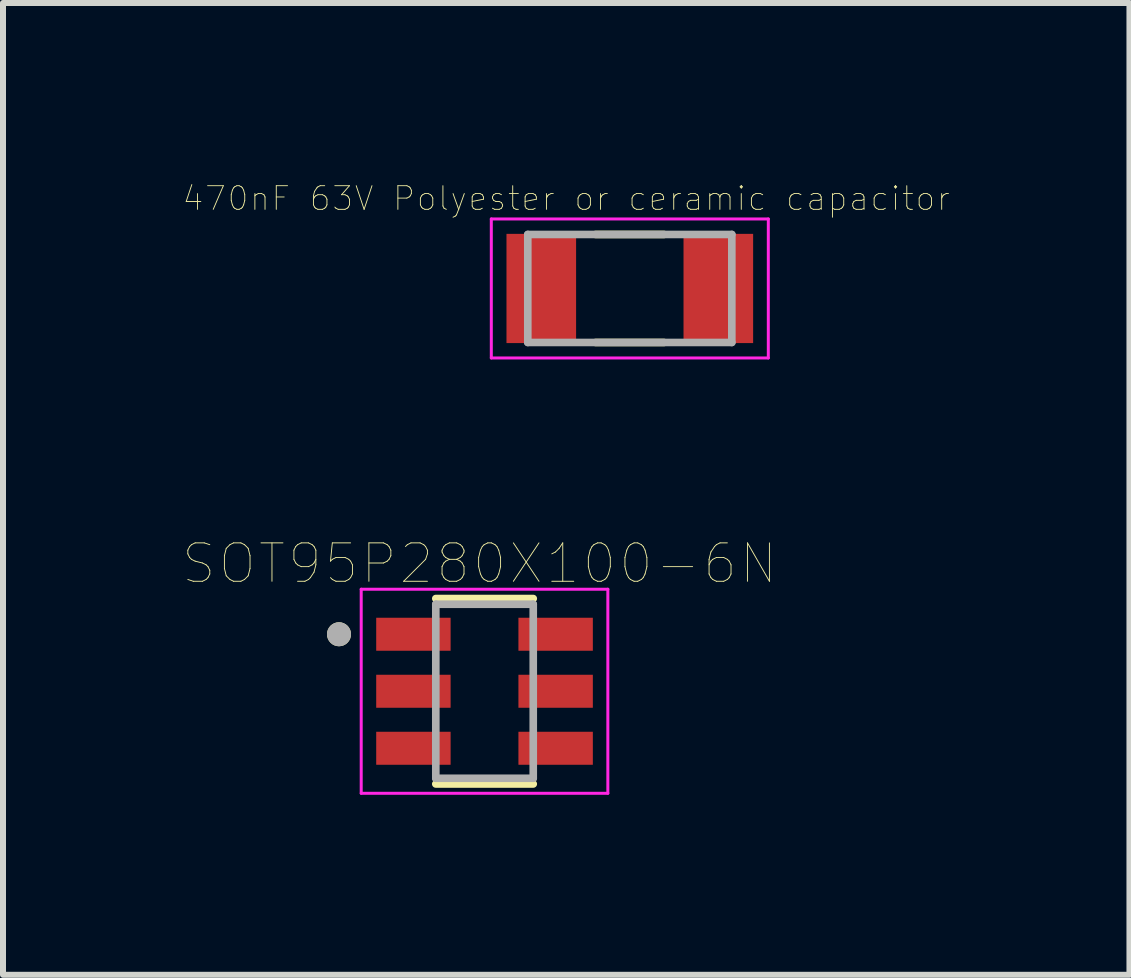
<source format=kicad_pcb>
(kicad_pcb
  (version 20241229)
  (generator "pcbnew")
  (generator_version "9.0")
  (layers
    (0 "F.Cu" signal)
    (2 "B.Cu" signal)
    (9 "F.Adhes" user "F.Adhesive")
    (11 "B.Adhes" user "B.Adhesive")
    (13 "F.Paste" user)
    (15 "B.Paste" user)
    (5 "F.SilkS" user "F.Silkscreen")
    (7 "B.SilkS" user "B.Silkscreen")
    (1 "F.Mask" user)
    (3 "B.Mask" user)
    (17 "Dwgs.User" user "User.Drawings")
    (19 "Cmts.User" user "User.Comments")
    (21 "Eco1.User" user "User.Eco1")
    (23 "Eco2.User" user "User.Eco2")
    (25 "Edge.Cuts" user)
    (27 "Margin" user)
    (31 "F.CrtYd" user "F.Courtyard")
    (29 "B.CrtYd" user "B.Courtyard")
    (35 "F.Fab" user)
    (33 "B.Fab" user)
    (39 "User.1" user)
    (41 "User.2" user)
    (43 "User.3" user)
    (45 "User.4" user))
  (footprint "470nF 63V Polyester or ceramic capacitor"
    (layer "F.Cu")
    (at 7.445 1.757)
    (property "Reference" "470nF 63V Polyester or ceramic capacitor" (at -1.06 -1.5 0) (layer "F.SilkS") (effects (font (size 0.394 0.394) (thickness 0.015))))
    (attr through_hole)
    (fp_line (start -0.57 -0.9) (end 0.57 -0.9) (stroke (width 0.127) (type solid)) (layer "F.SilkS"))
    (fp_line (start -0.57 0.9) (end 0.57 0.9) (stroke (width 0.127) (type solid)) (layer "F.SilkS"))
    (fp_line (start -2.308 -1.158) (end 2.308 -1.158) (stroke (width 0.05) (type solid)) (layer "F.CrtYd"))
    (fp_line (start -2.308 1.158) (end -2.308 -1.158) (stroke (width 0.05) (type solid)) (layer "F.CrtYd"))
    (fp_line (start -2.308 1.158) (end 2.308 1.158) (stroke (width 0.05) (type solid)) (layer "F.CrtYd"))
    (fp_line (start 2.308 1.158) (end 2.308 -1.158) (stroke (width 0.05) (type solid)) (layer "F.CrtYd"))
    (fp_line (start -1.7 0.9) (end -1.7 -0.9) (stroke (width 0.127) (type solid)) (layer "F.Fab"))
    (fp_line (start 1.7 -0.9) (end -1.7 -0.9) (stroke (width 0.127) (type solid)) (layer "F.Fab"))
    (fp_line (start 1.7 0.9) (end -1.7 0.9) (stroke (width 0.127) (type solid)) (layer "F.Fab"))
    (fp_line (start 1.7 0.9) (end 1.7 -0.9) (stroke (width 0.127) (type solid)) (layer "F.Fab"))
    (pad "1" smd rect (at -1.475 0) (size 1.16 1.82) (layers "F.Cu" "F.Mask" "F.Paste"))
    (pad "2" smd rect (at 1.475 0) (size 1.16 1.82) (layers "F.Cu" "F.Mask" "F.Paste")))
  (footprint "SOT95P280X100-6N"
    (layer "F.Cu")
    (at 5.024 8.469)
    (property "Reference" "SOT95P280X100-6N" (at -0.083 -2.128 0) (layer "F.SilkS") (effects (font (size 0.64 0.64) (thickness 0.015))))
    (attr through_hole)
    (fp_line (start -0.812 -1.545) (end 0.812 -1.545) (stroke (width 0.127) (type solid)) (layer "F.SilkS"))
    (fp_line (start -0.812 1.545) (end 0.812 1.545) (stroke (width 0.127) (type solid)) (layer "F.SilkS"))
    (fp_circle (center -2.425 -0.95) (end -2.325 -0.95) (stroke (width 0.2) (type solid)) (fill no) (layer "F.SilkS"))
    (fp_line (start -2.055 -1.7) (end -2.055 1.7) (stroke (width 0.05) (type solid)) (layer "F.CrtYd"))
    (fp_line (start -2.055 -1.7) (end 2.055 -1.7) (stroke (width 0.05) (type solid)) (layer "F.CrtYd"))
    (fp_line (start -2.055 1.7) (end 2.055 1.7) (stroke (width 0.05) (type solid)) (layer "F.CrtYd"))
    (fp_line (start 2.055 -1.7) (end 2.055 1.7) (stroke (width 0.05) (type solid)) (layer "F.CrtYd"))
    (fp_line (start -0.812 -1.45) (end -0.812 1.45) (stroke (width 0.127) (type solid)) (layer "F.Fab"))
    (fp_line (start -0.812 -1.45) (end 0.812 -1.45) (stroke (width 0.127) (type solid)) (layer "F.Fab"))
    (fp_line (start -0.812 1.45) (end 0.812 1.45) (stroke (width 0.127) (type solid)) (layer "F.Fab"))
    (fp_line (start 0.812 -1.45) (end 0.812 1.45) (stroke (width 0.127) (type solid)) (layer "F.Fab"))
    (fp_circle (center -2.425 -0.95) (end -2.325 -0.95) (stroke (width 0.2) (type solid)) (fill no) (layer "F.Fab"))
    (pad "1" smd rect (at -1.185 -0.95) (size 1.24 0.55) (layers "F.Cu" "F.Mask" "F.Paste"))
    (pad "2" smd rect (at -1.185 0) (size 1.24 0.55) (layers "F.Cu" "F.Mask" "F.Paste"))
    (pad "3" smd rect (at -1.185 0.95) (size 1.24 0.55) (layers "F.Cu" "F.Mask" "F.Paste"))
    (pad "4" smd rect (at 1.185 0.95) (size 1.24 0.55) (layers "F.Cu" "F.Mask" "F.Paste"))
    (pad "5" smd rect (at 1.185 0) (size 1.24 0.55) (layers "F.Cu" "F.Mask" "F.Paste"))
    (pad "6" smd rect (at 1.185 -0.95) (size 1.24 0.55) (layers "F.Cu" "F.Mask" "F.Paste")))
  (gr_rect
    (start -3 -3)
    (end 15.771 13.194)
    (stroke (width 0.1) (type default))
    (fill no)
    (layer "Edge.Cuts")))
</source>
